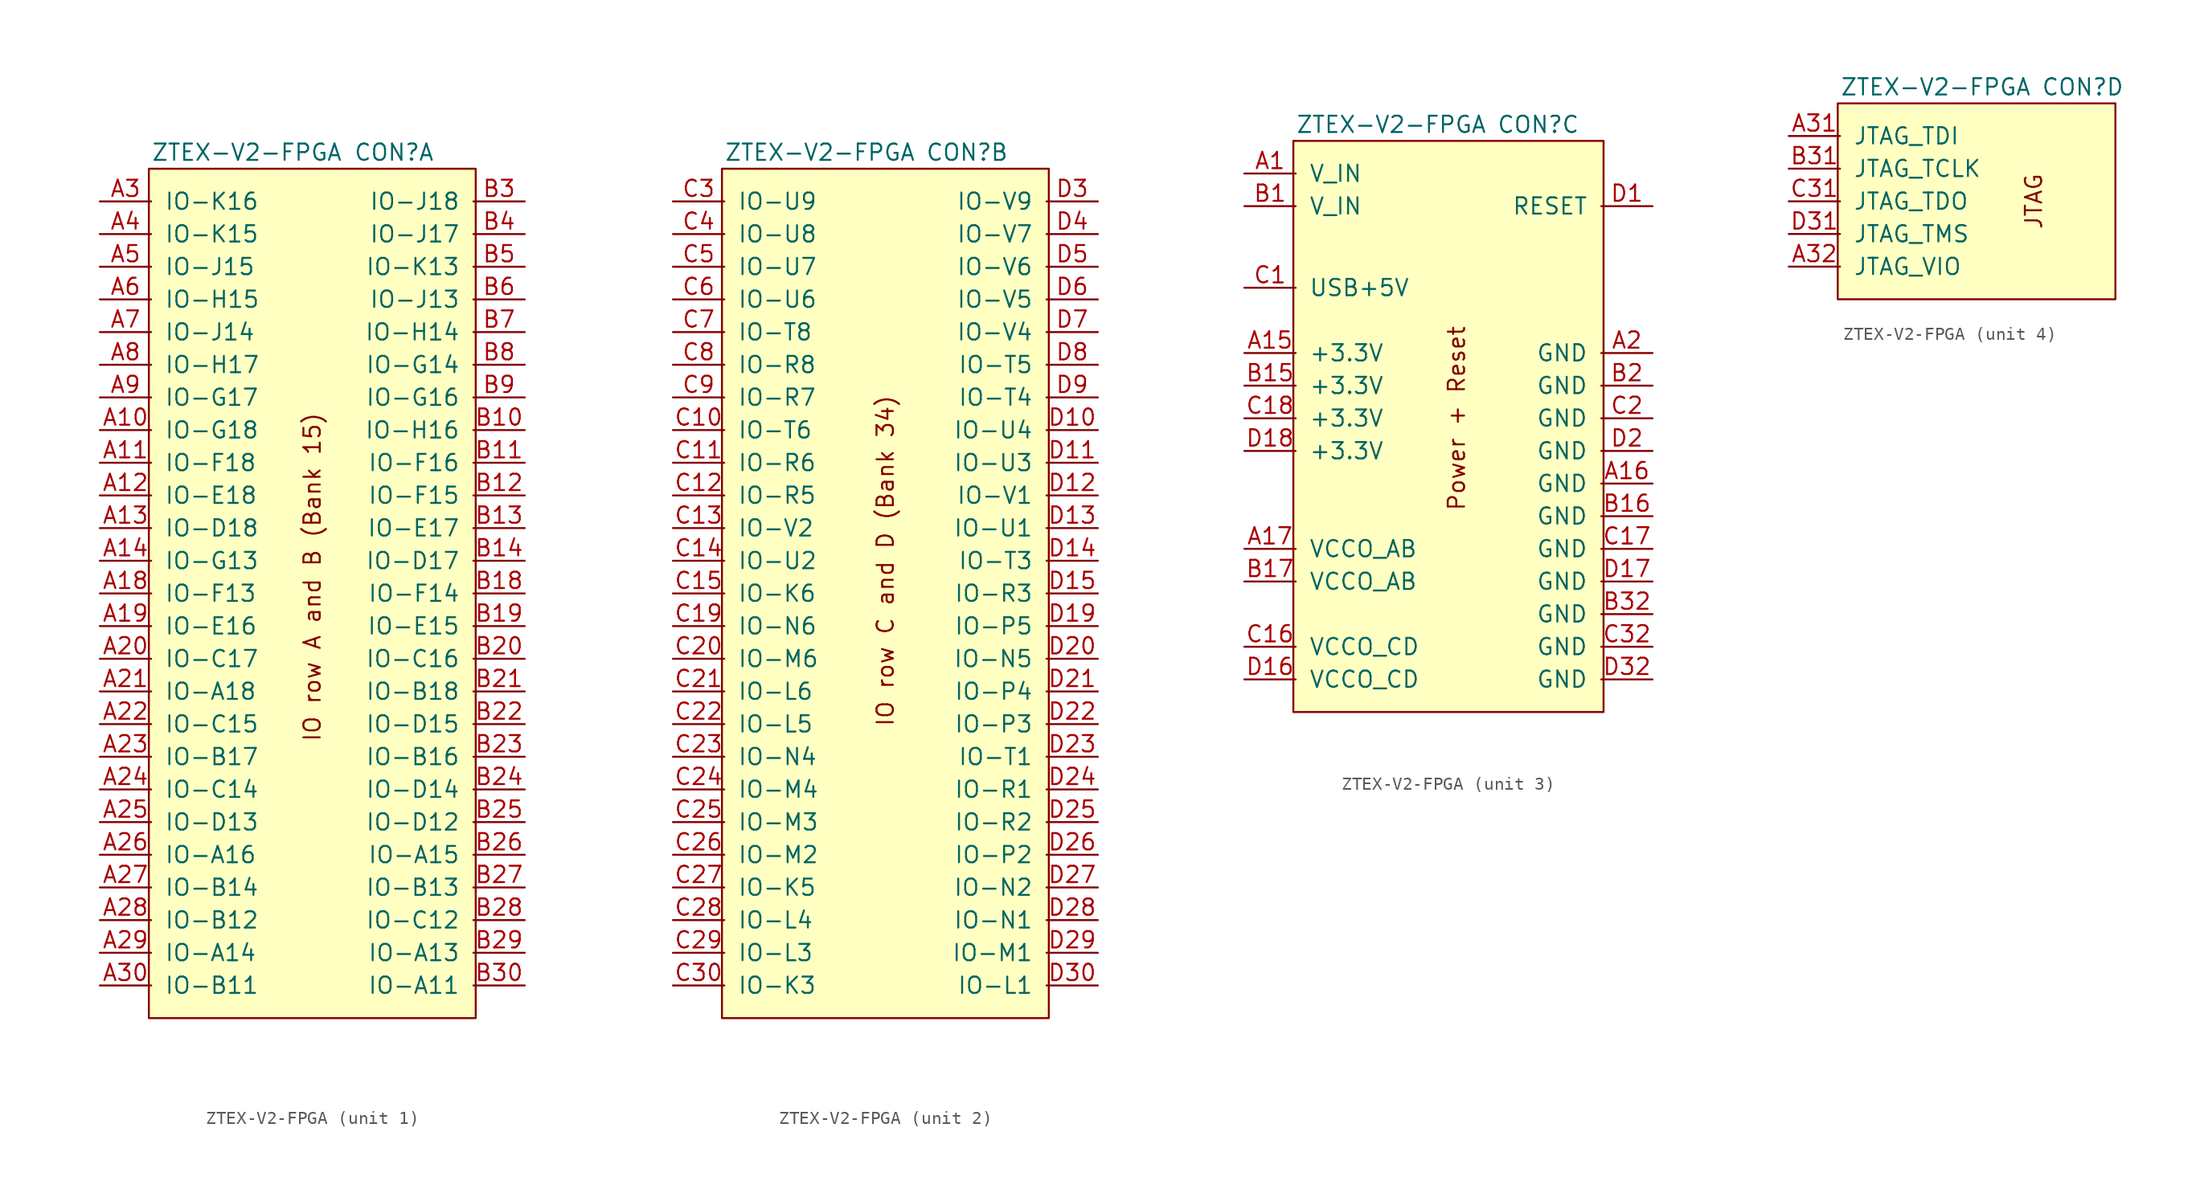
<source format=kicad_sym>
(kicad_symbol_lib
  (version 20211014)
  (generator kicad_symbol_editor)
  (symbol "ZTEX-V2-FPGA"
    (pin_names
      (offset 1.016))
    (property "Reference" "CON"
      (at 19.05 1.27 0)
      (effects (font (size 1.27 1.27))))
    (property "Value" "ZTEX-V2-FPGA"
      (at 7.62 1.27 0)
      (effects (font (size 1.27 1.27))))
    (property "ki_locked" ""
      (at 0 0 0)
      (effects (font (size 1.27 1.27))))
    (symbol "ZTEX-V2-FPGA_1_1"
      (rectangle (start 0 0) (end 25.4 -66.04) (stroke (width 0) (type default) (color 0 0 0 0)) (fill (type background)))
      (text "IO row A and B (Bank 15)" (at 12.7 -31.75 900) (effects (font (size 1.27 1.27))))
      (pin bidirectional line (at -3.81 -20.32 0) (length 3.988) (name "IO-G18" (effects (font (size 1.27 1.27)))) (number "A10" (effects (font (size 1.27 1.27)))))
      (pin bidirectional line (at -3.81 -22.86 0) (length 3.988) (name "IO-F18" (effects (font (size 1.27 1.27)))) (number "A11" (effects (font (size 1.27 1.27)))))
      (pin bidirectional line (at -3.81 -25.4 0) (length 3.988) (name "IO-E18" (effects (font (size 1.27 1.27)))) (number "A12" (effects (font (size 1.27 1.27)))))
      (pin bidirectional line (at -3.81 -27.94 0) (length 3.988) (name "IO-D18" (effects (font (size 1.27 1.27)))) (number "A13" (effects (font (size 1.27 1.27)))))
      (pin bidirectional line (at -3.81 -30.48 0) (length 3.988) (name "IO-G13" (effects (font (size 1.27 1.27)))) (number "A14" (effects (font (size 1.27 1.27)))))
      (pin bidirectional line (at -3.81 -33.02 0) (length 3.988) (name "IO-F13" (effects (font (size 1.27 1.27)))) (number "A18" (effects (font (size 1.27 1.27)))))
      (pin bidirectional line (at -3.81 -35.56 0) (length 3.988) (name "IO-E16" (effects (font (size 1.27 1.27)))) (number "A19" (effects (font (size 1.27 1.27)))))
      (pin bidirectional line (at -3.81 -38.1 0) (length 3.988) (name "IO-C17" (effects (font (size 1.27 1.27)))) (number "A20" (effects (font (size 1.27 1.27)))))
      (pin bidirectional line (at -3.81 -40.64 0) (length 3.988) (name "IO-A18" (effects (font (size 1.27 1.27)))) (number "A21" (effects (font (size 1.27 1.27)))))
      (pin bidirectional line (at -3.81 -43.18 0) (length 3.988) (name "IO-C15" (effects (font (size 1.27 1.27)))) (number "A22" (effects (font (size 1.27 1.27)))))
      (pin bidirectional line (at -3.81 -45.72 0) (length 3.988) (name "IO-B17" (effects (font (size 1.27 1.27)))) (number "A23" (effects (font (size 1.27 1.27)))))
      (pin bidirectional line (at -3.81 -48.26 0) (length 3.988) (name "IO-C14" (effects (font (size 1.27 1.27)))) (number "A24" (effects (font (size 1.27 1.27)))))
      (pin bidirectional line (at -3.81 -50.8 0) (length 3.988) (name "IO-D13" (effects (font (size 1.27 1.27)))) (number "A25" (effects (font (size 1.27 1.27)))))
      (pin bidirectional line (at -3.81 -53.34 0) (length 3.988) (name "IO-A16" (effects (font (size 1.27 1.27)))) (number "A26" (effects (font (size 1.27 1.27)))))
      (pin bidirectional line (at -3.81 -55.88 0) (length 3.988) (name "IO-B14" (effects (font (size 1.27 1.27)))) (number "A27" (effects (font (size 1.27 1.27)))))
      (pin bidirectional line (at -3.81 -58.42 0) (length 3.988) (name "IO-B12" (effects (font (size 1.27 1.27)))) (number "A28" (effects (font (size 1.27 1.27)))))
      (pin bidirectional line (at -3.81 -60.96 0) (length 3.988) (name "IO-A14" (effects (font (size 1.27 1.27)))) (number "A29" (effects (font (size 1.27 1.27)))))
      (pin bidirectional line (at -3.81 -2.54 0) (length 3.988) (name "IO-K16" (effects (font (size 1.27 1.27)))) (number "A3" (effects (font (size 1.27 1.27)))))
      (pin bidirectional line (at -3.81 -63.5 0) (length 3.988) (name "IO-B11" (effects (font (size 1.27 1.27)))) (number "A30" (effects (font (size 1.27 1.27)))))
      (pin bidirectional line (at -3.81 -5.08 0) (length 3.988) (name "IO-K15" (effects (font (size 1.27 1.27)))) (number "A4" (effects (font (size 1.27 1.27)))))
      (pin bidirectional line (at -3.81 -7.62 0) (length 3.988) (name "IO-J15" (effects (font (size 1.27 1.27)))) (number "A5" (effects (font (size 1.27 1.27)))))
      (pin bidirectional line (at -3.81 -10.16 0) (length 3.988) (name "IO-H15" (effects (font (size 1.27 1.27)))) (number "A6" (effects (font (size 1.27 1.27)))))
      (pin bidirectional line (at -3.81 -12.7 0) (length 3.988) (name "IO-J14" (effects (font (size 1.27 1.27)))) (number "A7" (effects (font (size 1.27 1.27)))))
      (pin bidirectional line (at -3.81 -15.24 0) (length 3.988) (name "IO-H17" (effects (font (size 1.27 1.27)))) (number "A8" (effects (font (size 1.27 1.27)))))
      (pin bidirectional line (at -3.81 -17.78 0) (length 3.988) (name "IO-G17" (effects (font (size 1.27 1.27)))) (number "A9" (effects (font (size 1.27 1.27)))))
      (pin bidirectional line (at 29.21 -20.32 180) (length 3.988) (name "IO-H16" (effects (font (size 1.27 1.27)))) (number "B10" (effects (font (size 1.27 1.27)))))
      (pin bidirectional line (at 29.21 -22.86 180) (length 3.988) (name "IO-F16" (effects (font (size 1.27 1.27)))) (number "B11" (effects (font (size 1.27 1.27)))))
      (pin bidirectional line (at 29.21 -25.4 180) (length 3.988) (name "IO-F15" (effects (font (size 1.27 1.27)))) (number "B12" (effects (font (size 1.27 1.27)))))
      (pin bidirectional line (at 29.21 -27.94 180) (length 3.988) (name "IO-E17" (effects (font (size 1.27 1.27)))) (number "B13" (effects (font (size 1.27 1.27)))))
      (pin bidirectional line (at 29.21 -30.48 180) (length 3.988) (name "IO-D17" (effects (font (size 1.27 1.27)))) (number "B14" (effects (font (size 1.27 1.27)))))
      (pin bidirectional line (at 29.21 -33.02 180) (length 3.988) (name "IO-F14" (effects (font (size 1.27 1.27)))) (number "B18" (effects (font (size 1.27 1.27)))))
      (pin bidirectional line (at 29.21 -35.56 180) (length 3.988) (name "IO-E15" (effects (font (size 1.27 1.27)))) (number "B19" (effects (font (size 1.27 1.27)))))
      (pin bidirectional line (at 29.21 -38.1 180) (length 3.988) (name "IO-C16" (effects (font (size 1.27 1.27)))) (number "B20" (effects (font (size 1.27 1.27)))))
      (pin bidirectional line (at 29.21 -40.64 180) (length 3.988) (name "IO-B18" (effects (font (size 1.27 1.27)))) (number "B21" (effects (font (size 1.27 1.27)))))
      (pin bidirectional line (at 29.21 -43.18 180) (length 3.988) (name "IO-D15" (effects (font (size 1.27 1.27)))) (number "B22" (effects (font (size 1.27 1.27)))))
      (pin bidirectional line (at 29.21 -45.72 180) (length 3.988) (name "IO-B16" (effects (font (size 1.27 1.27)))) (number "B23" (effects (font (size 1.27 1.27)))))
      (pin bidirectional line (at 29.21 -48.26 180) (length 3.988) (name "IO-D14" (effects (font (size 1.27 1.27)))) (number "B24" (effects (font (size 1.27 1.27)))))
      (pin bidirectional line (at 29.21 -50.8 180) (length 3.988) (name "IO-D12" (effects (font (size 1.27 1.27)))) (number "B25" (effects (font (size 1.27 1.27)))))
      (pin bidirectional line (at 29.21 -53.34 180) (length 3.988) (name "IO-A15" (effects (font (size 1.27 1.27)))) (number "B26" (effects (font (size 1.27 1.27)))))
      (pin bidirectional line (at 29.21 -55.88 180) (length 3.988) (name "IO-B13" (effects (font (size 1.27 1.27)))) (number "B27" (effects (font (size 1.27 1.27)))))
      (pin bidirectional line (at 29.21 -58.42 180) (length 3.988) (name "IO-C12" (effects (font (size 1.27 1.27)))) (number "B28" (effects (font (size 1.27 1.27)))))
      (pin bidirectional line (at 29.21 -60.96 180) (length 3.988) (name "IO-A13" (effects (font (size 1.27 1.27)))) (number "B29" (effects (font (size 1.27 1.27)))))
      (pin bidirectional line (at 29.21 -2.54 180) (length 3.988) (name "IO-J18" (effects (font (size 1.27 1.27)))) (number "B3" (effects (font (size 1.27 1.27)))))
      (pin bidirectional line (at 29.21 -63.5 180) (length 3.988) (name "IO-A11" (effects (font (size 1.27 1.27)))) (number "B30" (effects (font (size 1.27 1.27)))))
      (pin bidirectional line (at 29.21 -5.08 180) (length 3.988) (name "IO-J17" (effects (font (size 1.27 1.27)))) (number "B4" (effects (font (size 1.27 1.27)))))
      (pin bidirectional line (at 29.21 -7.62 180) (length 3.988) (name "IO-K13" (effects (font (size 1.27 1.27)))) (number "B5" (effects (font (size 1.27 1.27)))))
      (pin bidirectional line (at 29.21 -10.16 180) (length 3.988) (name "IO-J13" (effects (font (size 1.27 1.27)))) (number "B6" (effects (font (size 1.27 1.27)))))
      (pin bidirectional line (at 29.21 -12.7 180) (length 3.988) (name "IO-H14" (effects (font (size 1.27 1.27)))) (number "B7" (effects (font (size 1.27 1.27)))))
      (pin bidirectional line (at 29.21 -15.24 180) (length 3.988) (name "IO-G14" (effects (font (size 1.27 1.27)))) (number "B8" (effects (font (size 1.27 1.27)))))
      (pin bidirectional line (at 29.21 -17.78 180) (length 3.988) (name "IO-G16" (effects (font (size 1.27 1.27)))) (number "B9" (effects (font (size 1.27 1.27))))))
    (symbol "ZTEX-V2-FPGA_2_1"
      (rectangle (start 0 0) (end 25.4 -66.04) (stroke (width 0) (type default) (color 0 0 0 0)) (fill (type background)))
      (text "IO row C and D (Bank 34)" (at 12.7 -30.48 900) (effects (font (size 1.27 1.27))))
      (pin bidirectional line (at -3.81 -20.32 0) (length 3.988) (name "IO-T6" (effects (font (size 1.27 1.27)))) (number "C10" (effects (font (size 1.27 1.27)))))
      (pin bidirectional line (at -3.81 -22.86 0) (length 3.988) (name "IO-R6" (effects (font (size 1.27 1.27)))) (number "C11" (effects (font (size 1.27 1.27)))))
      (pin bidirectional line (at -3.81 -25.4 0) (length 3.988) (name "IO-R5" (effects (font (size 1.27 1.27)))) (number "C12" (effects (font (size 1.27 1.27)))))
      (pin bidirectional line (at -3.81 -27.94 0) (length 3.988) (name "IO-V2" (effects (font (size 1.27 1.27)))) (number "C13" (effects (font (size 1.27 1.27)))))
      (pin bidirectional line (at -3.81 -30.48 0) (length 3.988) (name "IO-U2" (effects (font (size 1.27 1.27)))) (number "C14" (effects (font (size 1.27 1.27)))))
      (pin bidirectional line (at -3.81 -33.02 0) (length 3.988) (name "IO-K6" (effects (font (size 1.27 1.27)))) (number "C15" (effects (font (size 1.27 1.27)))))
      (pin bidirectional line (at -3.81 -35.56 0) (length 3.988) (name "IO-N6" (effects (font (size 1.27 1.27)))) (number "C19" (effects (font (size 1.27 1.27)))))
      (pin bidirectional line (at -3.81 -38.1 0) (length 3.988) (name "IO-M6" (effects (font (size 1.27 1.27)))) (number "C20" (effects (font (size 1.27 1.27)))))
      (pin bidirectional line (at -3.81 -40.64 0) (length 3.988) (name "IO-L6" (effects (font (size 1.27 1.27)))) (number "C21" (effects (font (size 1.27 1.27)))))
      (pin bidirectional line (at -3.81 -43.18 0) (length 3.988) (name "IO-L5" (effects (font (size 1.27 1.27)))) (number "C22" (effects (font (size 1.27 1.27)))))
      (pin bidirectional line (at -3.81 -45.72 0) (length 3.988) (name "IO-N4" (effects (font (size 1.27 1.27)))) (number "C23" (effects (font (size 1.27 1.27)))))
      (pin bidirectional line (at -3.81 -48.26 0) (length 3.988) (name "IO-M4" (effects (font (size 1.27 1.27)))) (number "C24" (effects (font (size 1.27 1.27)))))
      (pin bidirectional line (at -3.81 -50.8 0) (length 3.988) (name "IO-M3" (effects (font (size 1.27 1.27)))) (number "C25" (effects (font (size 1.27 1.27)))))
      (pin bidirectional line (at -3.81 -53.34 0) (length 3.988) (name "IO-M2" (effects (font (size 1.27 1.27)))) (number "C26" (effects (font (size 1.27 1.27)))))
      (pin bidirectional line (at -3.81 -55.88 0) (length 3.988) (name "IO-K5" (effects (font (size 1.27 1.27)))) (number "C27" (effects (font (size 1.27 1.27)))))
      (pin bidirectional line (at -3.81 -58.42 0) (length 3.988) (name "IO-L4" (effects (font (size 1.27 1.27)))) (number "C28" (effects (font (size 1.27 1.27)))))
      (pin bidirectional line (at -3.81 -60.96 0) (length 3.988) (name "IO-L3" (effects (font (size 1.27 1.27)))) (number "C29" (effects (font (size 1.27 1.27)))))
      (pin bidirectional line (at -3.81 -2.54 0) (length 3.988) (name "IO-U9" (effects (font (size 1.27 1.27)))) (number "C3" (effects (font (size 1.27 1.27)))))
      (pin bidirectional line (at -3.81 -63.5 0) (length 3.988) (name "IO-K3" (effects (font (size 1.27 1.27)))) (number "C30" (effects (font (size 1.27 1.27)))))
      (pin bidirectional line (at -3.81 -5.08 0) (length 3.988) (name "IO-U8" (effects (font (size 1.27 1.27)))) (number "C4" (effects (font (size 1.27 1.27)))))
      (pin bidirectional line (at -3.81 -7.62 0) (length 3.988) (name "IO-U7" (effects (font (size 1.27 1.27)))) (number "C5" (effects (font (size 1.27 1.27)))))
      (pin bidirectional line (at -3.81 -10.16 0) (length 3.988) (name "IO-U6" (effects (font (size 1.27 1.27)))) (number "C6" (effects (font (size 1.27 1.27)))))
      (pin bidirectional line (at -3.81 -12.7 0) (length 3.988) (name "IO-T8" (effects (font (size 1.27 1.27)))) (number "C7" (effects (font (size 1.27 1.27)))))
      (pin bidirectional line (at -3.81 -15.24 0) (length 3.988) (name "IO-R8" (effects (font (size 1.27 1.27)))) (number "C8" (effects (font (size 1.27 1.27)))))
      (pin bidirectional line (at -3.81 -17.78 0) (length 3.988) (name "IO-R7" (effects (font (size 1.27 1.27)))) (number "C9" (effects (font (size 1.27 1.27)))))
      (pin bidirectional line (at 29.21 -20.32 180) (length 3.988) (name "IO-U4" (effects (font (size 1.27 1.27)))) (number "D10" (effects (font (size 1.27 1.27)))))
      (pin bidirectional line (at 29.21 -22.86 180) (length 3.988) (name "IO-U3" (effects (font (size 1.27 1.27)))) (number "D11" (effects (font (size 1.27 1.27)))))
      (pin bidirectional line (at 29.21 -25.4 180) (length 3.988) (name "IO-V1" (effects (font (size 1.27 1.27)))) (number "D12" (effects (font (size 1.27 1.27)))))
      (pin bidirectional line (at 29.21 -27.94 180) (length 3.988) (name "IO-U1" (effects (font (size 1.27 1.27)))) (number "D13" (effects (font (size 1.27 1.27)))))
      (pin bidirectional line (at 29.21 -30.48 180) (length 3.988) (name "IO-T3" (effects (font (size 1.27 1.27)))) (number "D14" (effects (font (size 1.27 1.27)))))
      (pin bidirectional line (at 29.21 -33.02 180) (length 3.988) (name "IO-R3" (effects (font (size 1.27 1.27)))) (number "D15" (effects (font (size 1.27 1.27)))))
      (pin bidirectional line (at 29.21 -35.56 180) (length 3.988) (name "IO-P5" (effects (font (size 1.27 1.27)))) (number "D19" (effects (font (size 1.27 1.27)))))
      (pin bidirectional line (at 29.21 -38.1 180) (length 3.988) (name "IO-N5" (effects (font (size 1.27 1.27)))) (number "D20" (effects (font (size 1.27 1.27)))))
      (pin bidirectional line (at 29.21 -40.64 180) (length 3.988) (name "IO-P4" (effects (font (size 1.27 1.27)))) (number "D21" (effects (font (size 1.27 1.27)))))
      (pin bidirectional line (at 29.21 -43.18 180) (length 3.988) (name "IO-P3" (effects (font (size 1.27 1.27)))) (number "D22" (effects (font (size 1.27 1.27)))))
      (pin bidirectional line (at 29.21 -45.72 180) (length 3.988) (name "IO-T1" (effects (font (size 1.27 1.27)))) (number "D23" (effects (font (size 1.27 1.27)))))
      (pin bidirectional line (at 29.21 -48.26 180) (length 3.988) (name "IO-R1" (effects (font (size 1.27 1.27)))) (number "D24" (effects (font (size 1.27 1.27)))))
      (pin bidirectional line (at 29.21 -50.8 180) (length 3.988) (name "IO-R2" (effects (font (size 1.27 1.27)))) (number "D25" (effects (font (size 1.27 1.27)))))
      (pin bidirectional line (at 29.21 -53.34 180) (length 3.988) (name "IO-P2" (effects (font (size 1.27 1.27)))) (number "D26" (effects (font (size 1.27 1.27)))))
      (pin bidirectional line (at 29.21 -55.88 180) (length 3.988) (name "IO-N2" (effects (font (size 1.27 1.27)))) (number "D27" (effects (font (size 1.27 1.27)))))
      (pin bidirectional line (at 29.21 -58.42 180) (length 3.988) (name "IO-N1" (effects (font (size 1.27 1.27)))) (number "D28" (effects (font (size 1.27 1.27)))))
      (pin bidirectional line (at 29.21 -60.96 180) (length 3.988) (name "IO-M1" (effects (font (size 1.27 1.27)))) (number "D29" (effects (font (size 1.27 1.27)))))
      (pin bidirectional line (at 29.21 -2.54 180) (length 3.988) (name "IO-V9" (effects (font (size 1.27 1.27)))) (number "D3" (effects (font (size 1.27 1.27)))))
      (pin bidirectional line (at 29.21 -63.5 180) (length 3.988) (name "IO-L1" (effects (font (size 1.27 1.27)))) (number "D30" (effects (font (size 1.27 1.27)))))
      (pin bidirectional line (at 29.21 -5.08 180) (length 3.988) (name "IO-V7" (effects (font (size 1.27 1.27)))) (number "D4" (effects (font (size 1.27 1.27)))))
      (pin bidirectional line (at 29.21 -7.62 180) (length 3.988) (name "IO-V6" (effects (font (size 1.27 1.27)))) (number "D5" (effects (font (size 1.27 1.27)))))
      (pin bidirectional line (at 29.21 -10.16 180) (length 3.988) (name "IO-V5" (effects (font (size 1.27 1.27)))) (number "D6" (effects (font (size 1.27 1.27)))))
      (pin bidirectional line (at 29.21 -12.7 180) (length 3.988) (name "IO-V4" (effects (font (size 1.27 1.27)))) (number "D7" (effects (font (size 1.27 1.27)))))
      (pin bidirectional line (at 29.21 -15.24 180) (length 3.988) (name "IO-T5" (effects (font (size 1.27 1.27)))) (number "D8" (effects (font (size 1.27 1.27)))))
      (pin bidirectional line (at 29.21 -17.78 180) (length 3.988) (name "IO-T4" (effects (font (size 1.27 1.27)))) (number "D9" (effects (font (size 1.27 1.27))))))
    (symbol "ZTEX-V2-FPGA_3_1"
      (rectangle (start 0 -44.45) (end 24.13 0) (stroke (width 0) (type default) (color 0 0 0 0)) (fill (type background)))
      (text "Power + Reset" (at 12.7 -21.59 900) (effects (font (size 1.27 1.27))))
      (pin power_in line (at -3.81 -2.54 0) (length 3.988) (name "V_IN" (effects (font (size 1.27 1.27)))) (number "A1" (effects (font (size 1.27 1.27)))))
      (pin power_out line (at -3.81 -16.51 0) (length 3.988) (name "+3.3V" (effects (font (size 1.27 1.27)))) (number "A15" (effects (font (size 1.27 1.27)))))
      (pin power_in line (at 27.94 -26.67 180) (length 3.988) (name "GND" (effects (font (size 1.27 1.27)))) (number "A16" (effects (font (size 1.27 1.27)))))
      (pin input line (at -3.81 -31.75 0) (length 3.988) (name "VCCO_AB" (effects (font (size 1.27 1.27)))) (number "A17" (effects (font (size 1.27 1.27)))))
      (pin power_in line (at 27.94 -16.51 180) (length 3.988) (name "GND" (effects (font (size 1.27 1.27)))) (number "A2" (effects (font (size 1.27 1.27)))))
      (pin power_in line (at -3.81 -5.08 0) (length 3.988) (name "V_IN" (effects (font (size 1.27 1.27)))) (number "B1" (effects (font (size 1.27 1.27)))))
      (pin power_out line (at -3.81 -19.05 0) (length 3.988) (name "+3.3V" (effects (font (size 1.27 1.27)))) (number "B15" (effects (font (size 1.27 1.27)))))
      (pin power_in line (at 27.94 -29.21 180) (length 3.988) (name "GND" (effects (font (size 1.27 1.27)))) (number "B16" (effects (font (size 1.27 1.27)))))
      (pin input line (at -3.81 -34.29 0) (length 3.988) (name "VCCO_AB" (effects (font (size 1.27 1.27)))) (number "B17" (effects (font (size 1.27 1.27)))))
      (pin power_in line (at 27.94 -19.05 180) (length 3.988) (name "GND" (effects (font (size 1.27 1.27)))) (number "B2" (effects (font (size 1.27 1.27)))))
      (pin power_in line (at 27.94 -36.83 180) (length 3.988) (name "GND" (effects (font (size 1.27 1.27)))) (number "B32" (effects (font (size 1.27 1.27)))))
      (pin power_out line (at -3.81 -11.43 0) (length 3.988) (name "USB+5V" (effects (font (size 1.27 1.27)))) (number "C1" (effects (font (size 1.27 1.27)))))
      (pin input line (at -3.81 -39.37 0) (length 3.988) (name "VCCO_CD" (effects (font (size 1.27 1.27)))) (number "C16" (effects (font (size 1.27 1.27)))))
      (pin power_in line (at 27.94 -31.75 180) (length 3.988) (name "GND" (effects (font (size 1.27 1.27)))) (number "C17" (effects (font (size 1.27 1.27)))))
      (pin power_out line (at -3.81 -21.59 0) (length 3.988) (name "+3.3V" (effects (font (size 1.27 1.27)))) (number "C18" (effects (font (size 1.27 1.27)))))
      (pin power_in line (at 27.94 -21.59 180) (length 3.988) (name "GND" (effects (font (size 1.27 1.27)))) (number "C2" (effects (font (size 1.27 1.27)))))
      (pin power_in line (at 27.94 -39.37 180) (length 3.988) (name "GND" (effects (font (size 1.27 1.27)))) (number "C32" (effects (font (size 1.27 1.27)))))
      (pin bidirectional line (at 27.94 -5.08 180) (length 3.988) (name "RESET" (effects (font (size 1.27 1.27)))) (number "D1" (effects (font (size 1.27 1.27)))))
      (pin input line (at -3.81 -41.91 0) (length 3.988) (name "VCCO_CD" (effects (font (size 1.27 1.27)))) (number "D16" (effects (font (size 1.27 1.27)))))
      (pin power_in line (at 27.94 -34.29 180) (length 3.988) (name "GND" (effects (font (size 1.27 1.27)))) (number "D17" (effects (font (size 1.27 1.27)))))
      (pin power_out line (at -3.81 -24.13 0) (length 3.988) (name "+3.3V" (effects (font (size 1.27 1.27)))) (number "D18" (effects (font (size 1.27 1.27)))))
      (pin power_in line (at 27.94 -24.13 180) (length 3.988) (name "GND" (effects (font (size 1.27 1.27)))) (number "D2" (effects (font (size 1.27 1.27)))))
      (pin power_in line (at 27.94 -41.91 180) (length 3.988) (name "GND" (effects (font (size 1.27 1.27)))) (number "D32" (effects (font (size 1.27 1.27))))))
    (symbol "ZTEX-V2-FPGA_4_1"
      (rectangle (start 0 -15.24) (end 21.59 0) (stroke (width 0) (type default) (color 0 0 0 0)) (fill (type background)))
      (text "JTAG" (at 15.24 -7.62 900) (effects (font (size 1.27 1.27))))
      (pin unspecified line (at -3.81 -2.54 0) (length 3.988) (name "JTAG_TDI" (effects (font (size 1.27 1.27)))) (number "A31" (effects (font (size 1.27 1.27)))))
      (pin unspecified line (at -3.81 -12.7 0) (length 3.988) (name "JTAG_VIO" (effects (font (size 1.27 1.27)))) (number "A32" (effects (font (size 1.27 1.27)))))
      (pin unspecified line (at -3.81 -5.08 0) (length 3.988) (name "JTAG_TCLK" (effects (font (size 1.27 1.27)))) (number "B31" (effects (font (size 1.27 1.27)))))
      (pin unspecified line (at -3.81 -7.62 0) (length 3.988) (name "JTAG_TDO" (effects (font (size 1.27 1.27)))) (number "C31" (effects (font (size 1.27 1.27)))))
      (pin unspecified line (at -3.81 -10.16 0) (length 3.988) (name "JTAG_TMS" (effects (font (size 1.27 1.27)))) (number "D31" (effects (font (size 1.27 1.27))))))))
</source>
